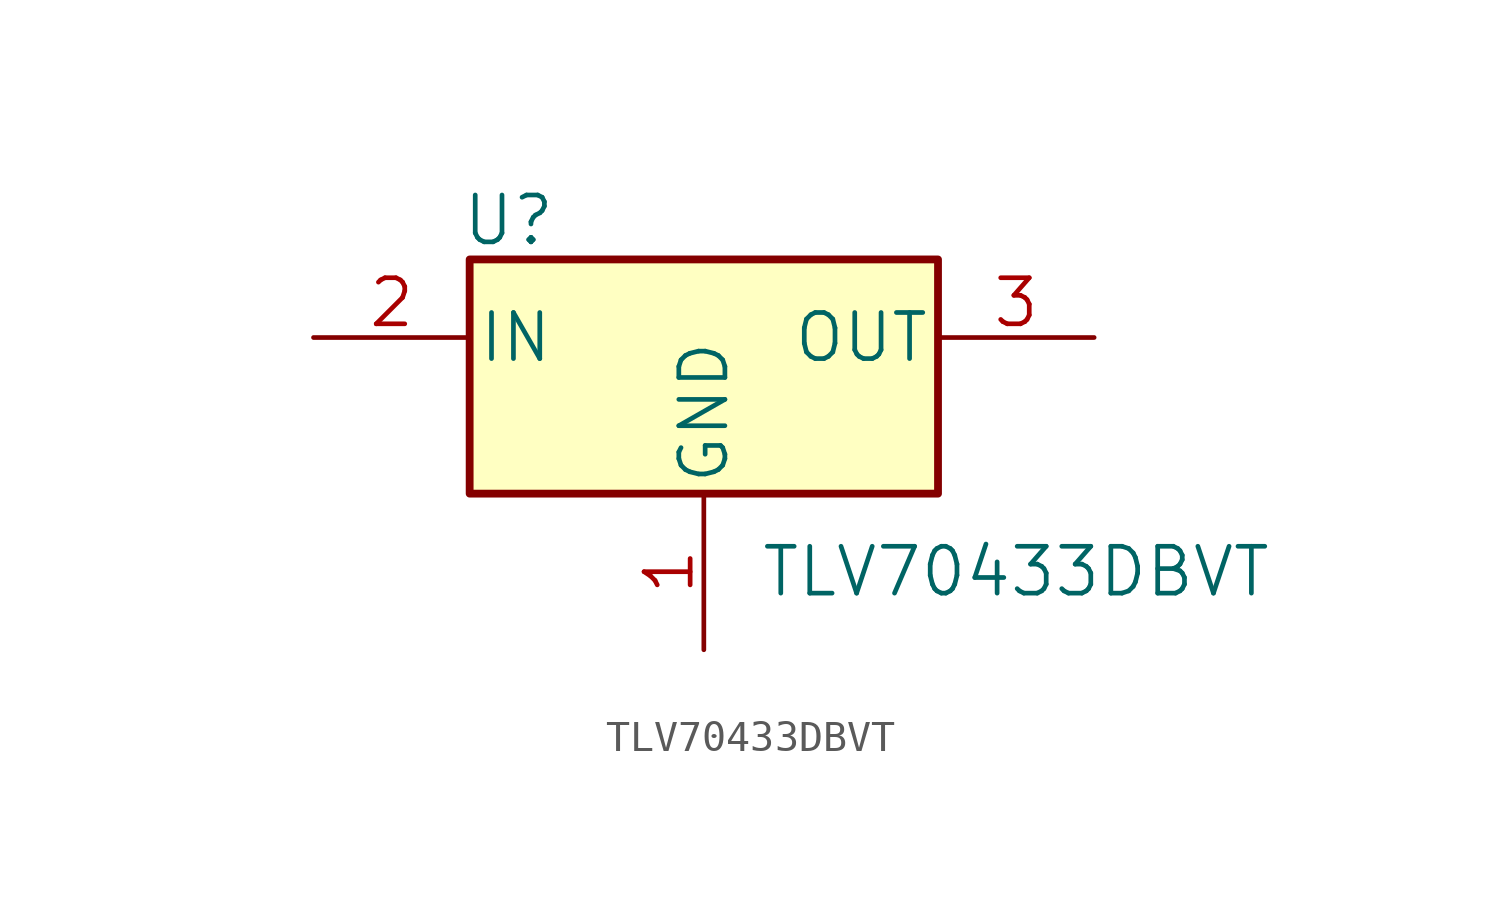
<source format=kicad_sym>
(kicad_symbol_lib
  (version 20211014)
  (generator kicad_symbol_editor)
  (symbol "TLV70433DBVT"
    (pin_names
      (offset 0.254))
    (property "Reference" "U"
      (at -6.35 5.08 0)
      (effects (font (size 1.524 1.524))))
    (property "Value" "TLV70433DBVT"
      (at 10.16 -6.35 0)
      (effects (font (size 1.524 1.524))))
    (property "Datasheet" ""
      (at -15.24 6.35 0)
      (effects (font (size 1.524 1.524))))
    (property "ki_locked" ""
      (at 0 0 0)
      (effects (font (size 1.27 1.27))))
    (symbol "TLV70433DBVT_1_0"
      (rectangle (start -7.62 3.81) (end 7.62 -3.81) (stroke (width 0.254) (type default) (color 0 0 0 0)) (fill (type background))))
    (symbol "TLV70433DBVT_1_1"
      (pin power_in line (at 0 -8.89 90) (length 5.08) (name "GND" (effects (font (size 1.499 1.499)))) (number "1" (effects (font (size 1.499 1.499)))))
      (pin input line (at -12.7 1.27 0) (length 5.08) (name "IN" (effects (font (size 1.499 1.499)))) (number "2" (effects (font (size 1.499 1.499)))))
      (pin output line (at 12.7 1.27 180) (length 5.08) (name "OUT" (effects (font (size 1.499 1.499)))) (number "3" (effects (font (size 1.499 1.499))))))))
</source>
